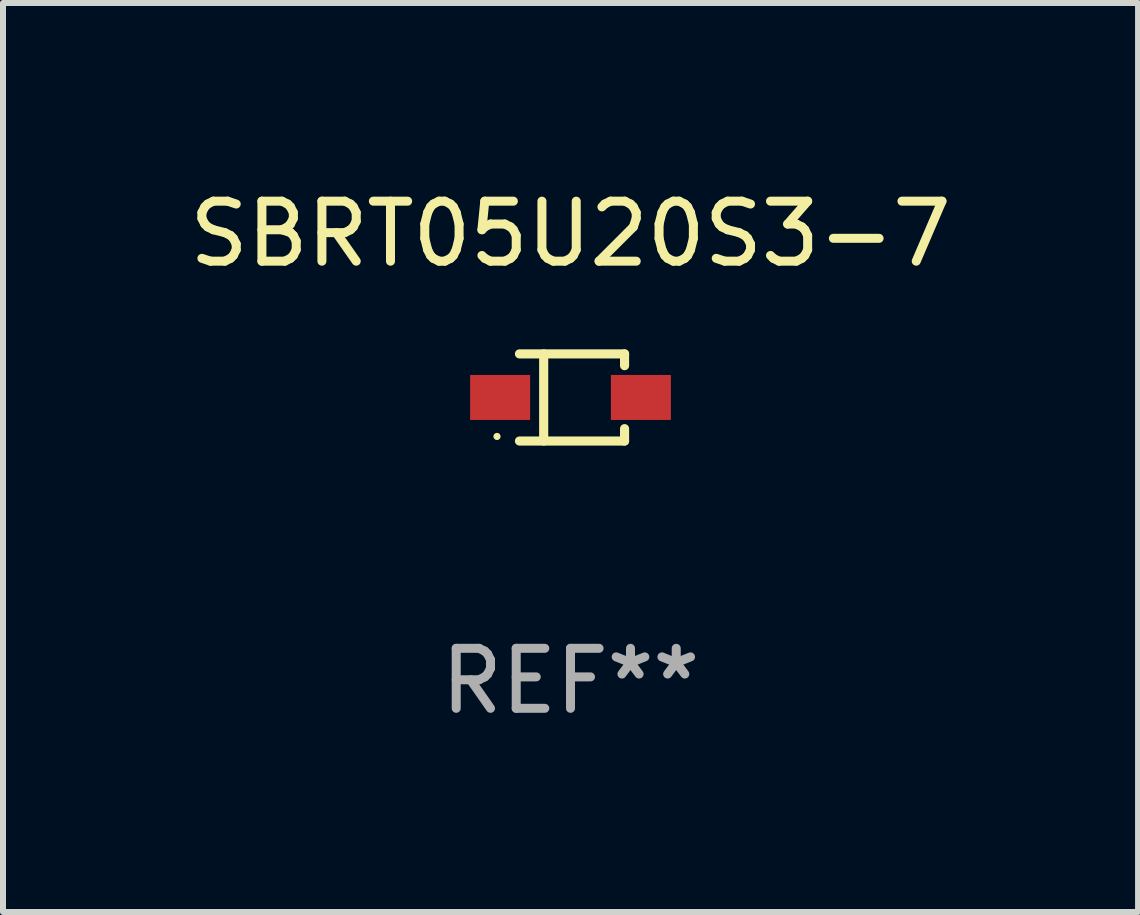
<source format=kicad_pcb>
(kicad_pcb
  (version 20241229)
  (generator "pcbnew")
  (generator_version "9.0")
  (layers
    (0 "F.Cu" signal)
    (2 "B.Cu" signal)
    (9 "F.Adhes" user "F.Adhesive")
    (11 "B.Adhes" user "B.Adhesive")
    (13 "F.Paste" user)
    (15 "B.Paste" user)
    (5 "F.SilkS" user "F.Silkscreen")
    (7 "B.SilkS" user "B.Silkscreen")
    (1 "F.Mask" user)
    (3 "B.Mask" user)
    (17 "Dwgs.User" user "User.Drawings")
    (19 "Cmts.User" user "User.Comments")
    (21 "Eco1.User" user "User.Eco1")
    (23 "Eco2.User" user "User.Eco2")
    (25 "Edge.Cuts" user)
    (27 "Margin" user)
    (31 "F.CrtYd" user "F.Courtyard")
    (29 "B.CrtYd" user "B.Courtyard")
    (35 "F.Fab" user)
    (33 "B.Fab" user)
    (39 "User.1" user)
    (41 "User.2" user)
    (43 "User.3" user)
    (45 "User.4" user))
  (footprint "SBRT05U20S3-7"
    (layer "F.Cu")
    (at 6.458 3.574)
    (property "Reference" "SBRT05U20S3-7" (at 0 -2.726 0) (layer "F.SilkS") (effects (font (size 1 1) (thickness 0.15))))
    (attr through_hole)
    (fp_line (start -0.851 -0.726) (end 0.901 -0.726) (stroke (width 0.152) (type solid)) (layer "F.SilkS"))
    (fp_line (start -0.851 0.726) (end 0.901 0.726) (stroke (width 0.152) (type solid)) (layer "F.SilkS"))
    (fp_line (start -0.447 -0.726) (end -0.447 0.726) (stroke (width 0.152) (type solid)) (layer "F.SilkS"))
    (fp_line (start 0.901 -0.726) (end 0.901 -0.53) (stroke (width 0.152) (type solid)) (layer "F.SilkS"))
    (fp_line (start 0.901 0.726) (end 0.901 0.52) (stroke (width 0.152) (type solid)) (layer "F.SilkS"))
    (fp_circle (center -1.225 0.65) (end -1.195 0.65) (stroke (width 0.06) (type solid)) (fill no) (layer "F.SilkS"))
    (fp_text user "REF**" (at 0 4.726 0) (layer "F.Fab") (effects (font (size 1 1) (thickness 0.15))))
    (pad "1" smd rect (at -1.173 0) (size 1 0.75) (layers "F.Cu" "F.Mask" "F.Paste"))
    (pad "2" smd rect (at 1.173 0) (size 1 0.75) (layers "F.Cu" "F.Mask" "F.Paste")))
  (gr_rect
    (start -3 -3)
    (end 15.917 12.149)
    (stroke (width 0.1) (type default))
    (fill no)
    (layer "Edge.Cuts")))
</source>
